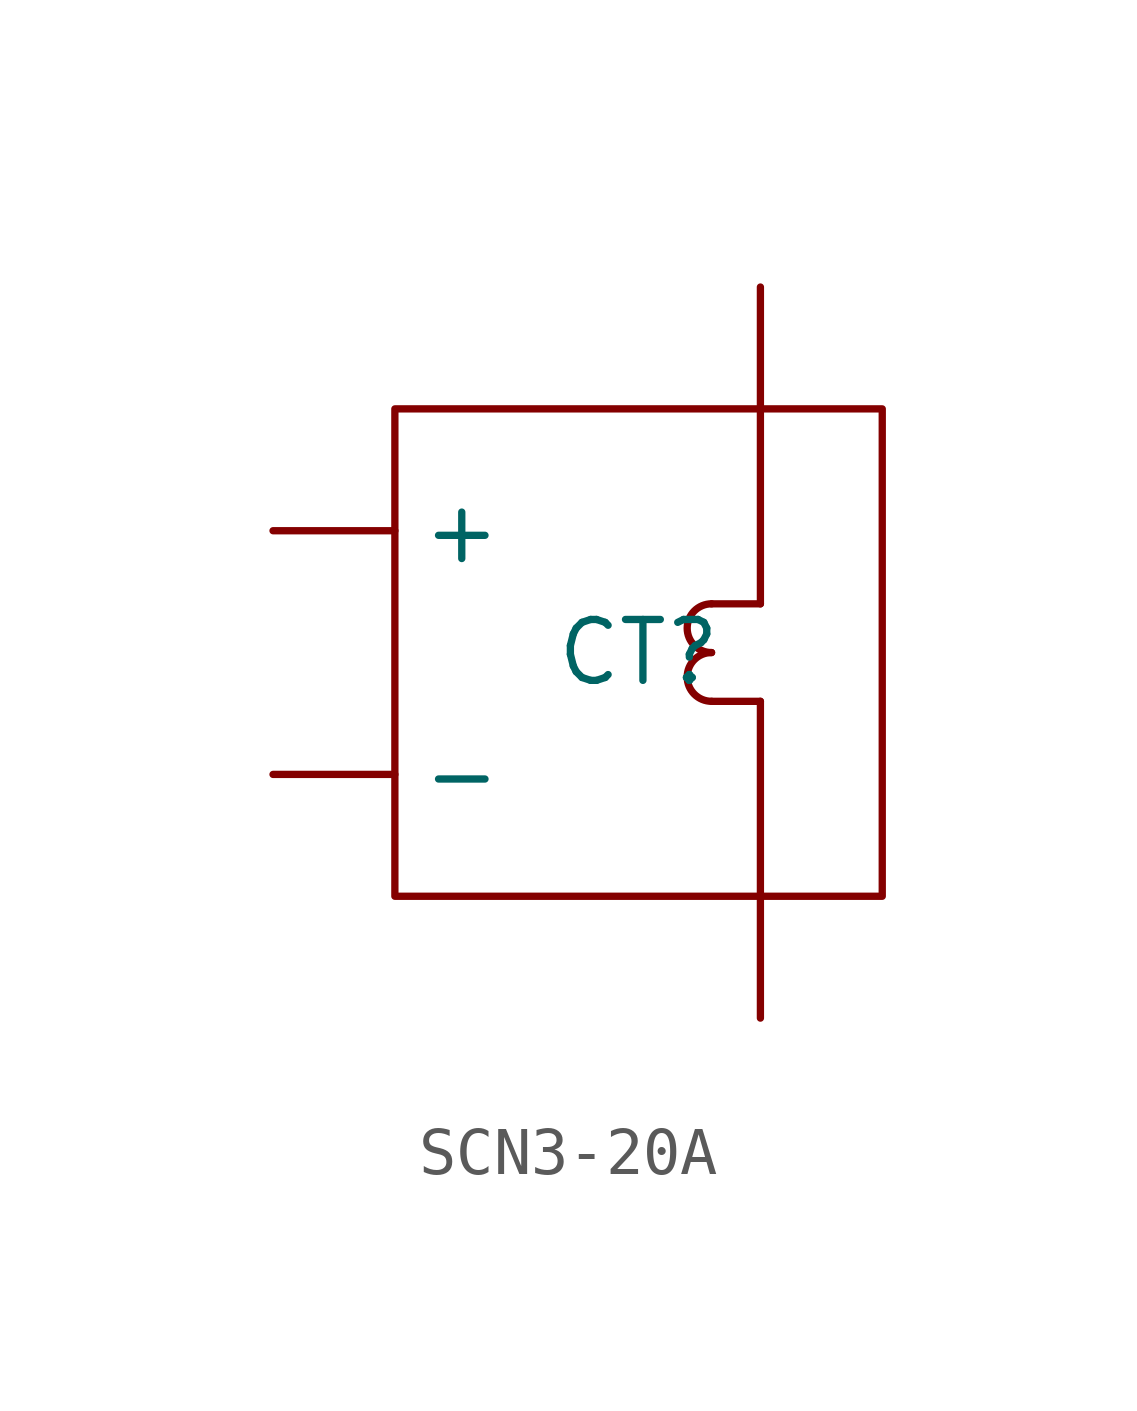
<source format=kicad_sym>
(kicad_symbol_lib
  (version 20220914)
  (generator kicad_symbol_editor)
  (symbol "SCN3-20A"
    (property "Reference" "CT"
      (at 0 0 0)
      (effects (font (size 1.27 1.27))))
    (property "Value" ""
      (at 0 0 0)
      (effects (font (size 1.27 1.27))))
    (symbol "SCN3-20A_0_1"
      (rectangle (start -5.08 5.08) (end 5.08 -5.08) (stroke (width 0) (type default)) (fill (type none)))
      (polyline (pts (xy 2.54 -5.08) (xy 2.54 -1.016)) (stroke (width 0) (type default)) (fill (type none)))
      (polyline (pts (xy 2.54 -1.016) (xy 1.524 -1.016)) (stroke (width 0) (type default)) (fill (type none)))
      (polyline (pts (xy 2.54 1.016) (xy 1.524 1.016)) (stroke (width 0) (type default)) (fill (type none)))
      (polyline (pts (xy 2.54 1.016) (xy 2.54 5.08)) (stroke (width 0) (type default)) (fill (type none)))
      (arc (start 1.5218 0) (mid 1.016 -0.508) (end 1.5218 -1.016) (stroke (width 0) (type default)) (fill (type none)))
      (arc (start 1.5218 1.016) (mid 1.016 0.508) (end 1.5218 0) (stroke (width 0) (type default)) (fill (type none))))
    (symbol "SCN3-20A_1_1"
      (pin input line (at 2.54 -7.62 90) (length 2.54) (name "" (effects (font (size 1.27 1.27)))) (number "" (effects (font (size 1.27 1.27)))))
      (pin input line (at 2.54 7.62 270) (length 2.54) (name "" (effects (font (size 1.27 1.27)))) (number "" (effects (font (size 1.27 1.27)))))
      (pin input line (at -7.62 2.54 0) (length 2.54) (name "+" (effects (font (size 1.27 1.27)))) (number "" (effects (font (size 1.27 1.27)))))
      (pin input line (at -7.62 -2.54 0) (length 2.54) (name "-" (effects (font (size 1.27 1.27)))) (number "" (effects (font (size 1.27 1.27))))))))
</source>
